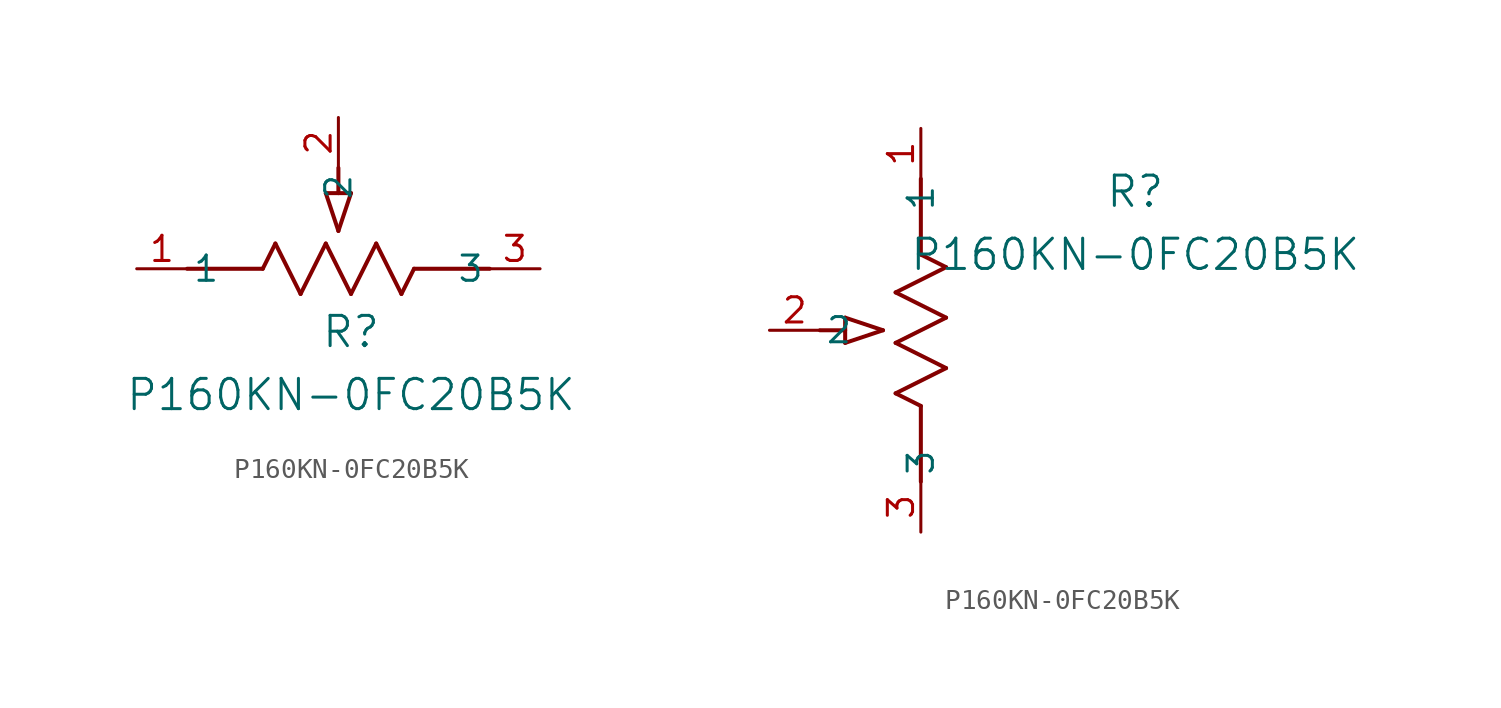
<source format=kicad_sym>
(kicad_symbol_lib
  (version 20211014)
  (generator kicad_symbol_editor)
  (symbol "P160KN-0FC20B5K"
    (pin_names
      (offset 0.254))
    (property "Reference" "R"
      (at 10.795 -3.175 0)
      (effects (font (size 1.524 1.524))))
    (property "Value" "P160KN-0FC20B5K"
      (at 10.795 -6.35 0)
      (effects (font (size 1.524 1.524))))
    (symbol "P160KN-0FC20B5K_1_1"
      (polyline (pts (xy 9.525 3.81) (xy 10.16 1.905)) (stroke (width 0.203) (type default) (color 0 0 0 0)) (fill (type none)))
      (polyline (pts (xy 10.795 3.81) (xy 10.16 1.905)) (stroke (width 0.203) (type default) (color 0 0 0 0)) (fill (type none)))
      (polyline (pts (xy 9.525 3.81) (xy 10.795 3.81)) (stroke (width 0.203) (type default) (color 0 0 0 0)) (fill (type none)))
      (polyline (pts (xy 10.16 3.81) (xy 10.16 5.08)) (stroke (width 0.203) (type default) (color 0 0 0 0)) (fill (type none)))
      (polyline (pts (xy 6.35 0) (xy 6.985 1.27)) (stroke (width 0.203) (type default) (color 0 0 0 0)) (fill (type none)))
      (polyline (pts (xy 9.525 1.27) (xy 10.795 -1.27)) (stroke (width 0.203) (type default) (color 0 0 0 0)) (fill (type none)))
      (polyline (pts (xy 10.795 -1.27) (xy 12.065 1.27)) (stroke (width 0.203) (type default) (color 0 0 0 0)) (fill (type none)))
      (polyline (pts (xy 8.255 -1.27) (xy 9.525 1.27)) (stroke (width 0.203) (type default) (color 0 0 0 0)) (fill (type none)))
      (polyline (pts (xy 6.985 1.27) (xy 8.255 -1.27)) (stroke (width 0.203) (type default) (color 0 0 0 0)) (fill (type none)))
      (polyline (pts (xy 13.335 -1.27) (xy 13.97 0)) (stroke (width 0.203) (type default) (color 0 0 0 0)) (fill (type none)))
      (polyline (pts (xy 13.97 0) (xy 17.78 0)) (stroke (width 0.203) (type default) (color 0 0 0 0)) (fill (type none)))
      (polyline (pts (xy 2.54 0) (xy 6.35 0)) (stroke (width 0.203) (type default) (color 0 0 0 0)) (fill (type none)))
      (polyline (pts (xy 12.065 1.27) (xy 13.335 -1.27)) (stroke (width 0.203) (type default) (color 0 0 0 0)) (fill (type none)))
      (pin unspecified line (at 20.32 0 180) (length 2.54) (name "3" (effects (font (size 1.27 1.27)))) (number "3" (effects (font (size 1.27 1.27)))))
      (pin unspecified line (at 10.16 7.62 270) (length 2.54) (name "2" (effects (font (size 1.27 1.27)))) (number "2" (effects (font (size 1.27 1.27)))))
      (pin unspecified line (at 0 0 0) (length 2.54) (name "1" (effects (font (size 1.27 1.27)))) (number "1" (effects (font (size 1.27 1.27))))))
    (symbol "P160KN-0FC20B5K_1_2"
      (polyline (pts (xy 0 -13.97) (xy -1.27 -13.335)) (stroke (width 0.203) (type default) (color 0 0 0 0)) (fill (type none)))
      (polyline (pts (xy 0 -17.78) (xy 0 -13.97)) (stroke (width 0.203) (type default) (color 0 0 0 0)) (fill (type none)))
      (polyline (pts (xy -3.81 -10.795) (xy -1.905 -10.16)) (stroke (width 0.203) (type default) (color 0 0 0 0)) (fill (type none)))
      (polyline (pts (xy -3.81 -9.525) (xy -1.905 -10.16)) (stroke (width 0.203) (type default) (color 0 0 0 0)) (fill (type none)))
      (polyline (pts (xy -3.81 -10.795) (xy -3.81 -9.525)) (stroke (width 0.203) (type default) (color 0 0 0 0)) (fill (type none)))
      (polyline (pts (xy 1.27 -12.065) (xy -1.27 -10.795)) (stroke (width 0.203) (type default) (color 0 0 0 0)) (fill (type none)))
      (polyline (pts (xy -1.27 -10.795) (xy 1.27 -9.525)) (stroke (width 0.203) (type default) (color 0 0 0 0)) (fill (type none)))
      (polyline (pts (xy 1.27 -9.525) (xy -1.27 -8.255)) (stroke (width 0.203) (type default) (color 0 0 0 0)) (fill (type none)))
      (polyline (pts (xy -1.27 -8.255) (xy 1.27 -6.985)) (stroke (width 0.203) (type default) (color 0 0 0 0)) (fill (type none)))
      (polyline (pts (xy 1.27 -6.985) (xy 0 -6.35)) (stroke (width 0.203) (type default) (color 0 0 0 0)) (fill (type none)))
      (polyline (pts (xy -1.27 -13.335) (xy 1.27 -12.065)) (stroke (width 0.203) (type default) (color 0 0 0 0)) (fill (type none)))
      (polyline (pts (xy 0 -6.35) (xy 0 -2.54)) (stroke (width 0.203) (type default) (color 0 0 0 0)) (fill (type none)))
      (polyline (pts (xy -3.81 -10.16) (xy -5.08 -10.16)) (stroke (width 0.203) (type default) (color 0 0 0 0)) (fill (type none)))
      (pin unspecified line (at 0 -20.32 90) (length 2.54) (name "3" (effects (font (size 1.27 1.27)))) (number "3" (effects (font (size 1.27 1.27)))))
      (pin unspecified line (at -7.62 -10.16 0) (length 2.54) (name "2" (effects (font (size 1.27 1.27)))) (number "2" (effects (font (size 1.27 1.27)))))
      (pin unspecified line (at 0 0 270) (length 2.54) (name "1" (effects (font (size 1.27 1.27)))) (number "1" (effects (font (size 1.27 1.27))))))))
</source>
